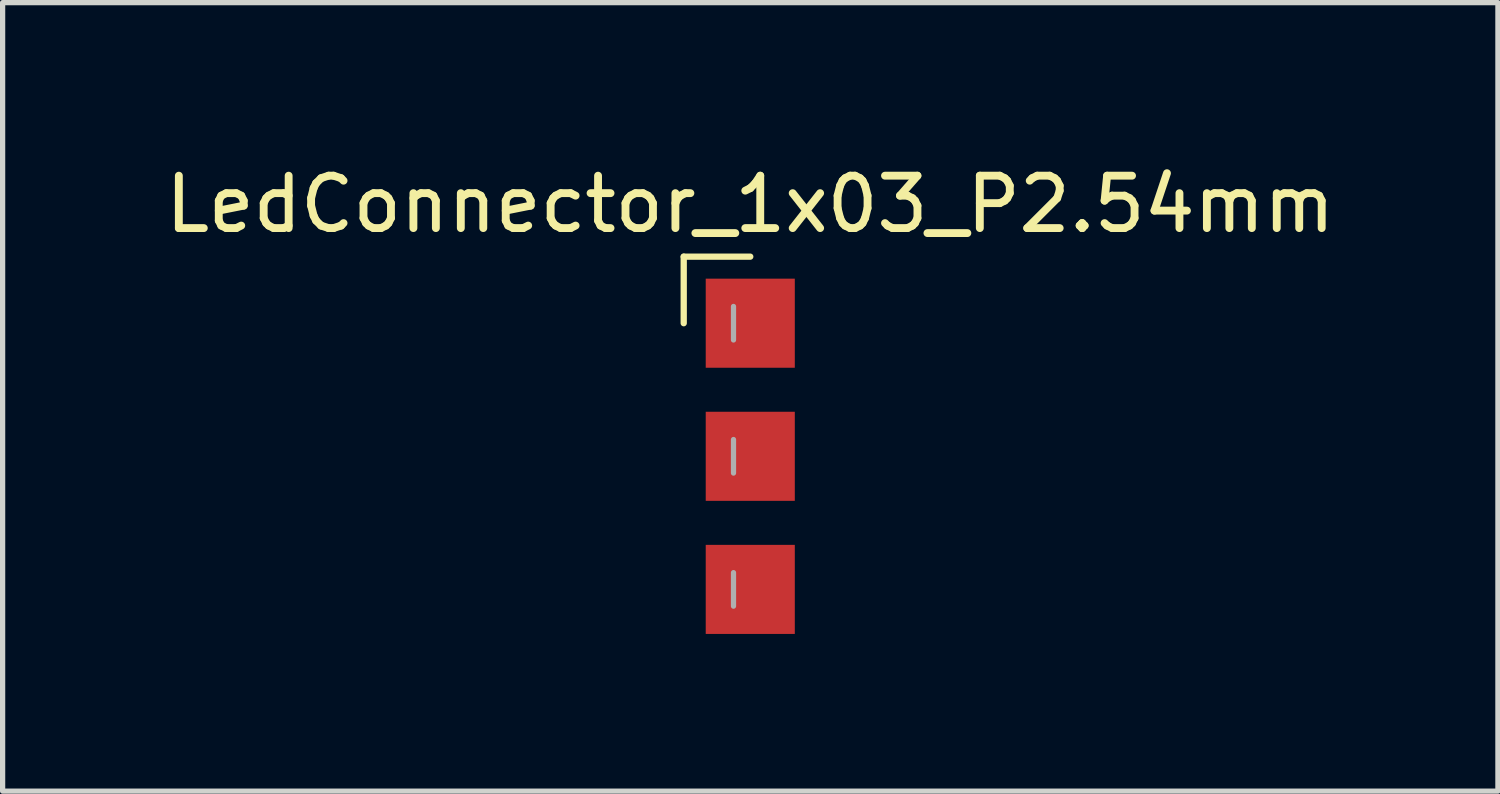
<source format=kicad_pcb>
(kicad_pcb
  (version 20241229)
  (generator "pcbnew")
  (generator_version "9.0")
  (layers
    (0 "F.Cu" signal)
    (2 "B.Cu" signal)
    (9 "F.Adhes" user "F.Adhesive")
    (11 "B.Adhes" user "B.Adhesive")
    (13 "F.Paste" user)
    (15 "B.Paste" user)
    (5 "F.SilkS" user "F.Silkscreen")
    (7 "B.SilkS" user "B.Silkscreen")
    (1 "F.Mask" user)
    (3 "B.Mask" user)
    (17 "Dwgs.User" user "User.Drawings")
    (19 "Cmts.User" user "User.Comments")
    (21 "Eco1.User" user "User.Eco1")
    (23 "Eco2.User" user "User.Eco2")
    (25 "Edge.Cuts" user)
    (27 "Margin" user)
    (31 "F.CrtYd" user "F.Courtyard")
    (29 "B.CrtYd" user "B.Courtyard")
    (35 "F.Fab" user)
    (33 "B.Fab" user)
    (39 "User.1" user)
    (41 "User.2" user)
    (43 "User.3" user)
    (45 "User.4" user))
  (footprint "LedConnector_1x03_P2.54mm"
    (layer "F.Cu")
    (at 11.268 3.118)
    (property "Reference" "LedConnector_1x03_P2.54mm" (at 0 -2.27 180) (layer "F.SilkS") (effects (font (size 1 1) (thickness 0.15))))
    (attr through_hole)
    (fp_line (start -1.27 -1.27) (end 0 -1.27) (stroke (width 0.12) (type solid)) (layer "F.SilkS"))
    (fp_line (start -1.27 0) (end -1.27 -1.27) (stroke (width 0.12) (type solid)) (layer "F.SilkS"))
    (fp_line (start -0.32 -0.32) (end -0.32 0.32) (stroke (width 0.1) (type solid)) (layer "F.Fab"))
    (fp_line (start -0.32 2.22) (end -0.32 2.86) (stroke (width 0.1) (type solid)) (layer "F.Fab"))
    (fp_line (start -0.32 4.76) (end -0.32 5.4) (stroke (width 0.1) (type solid)) (layer "F.Fab"))
    (pad "1" smd rect (at 0 0) (size 1.7 1.7) (layers "F.Cu" "F.Mask" "F.Paste"))
    (pad "2" smd rect (at 0 2.54) (size 1.7 1.7) (layers "F.Cu" "F.Mask" "F.Paste"))
    (pad "3" smd rect (at 0 5.08) (size 1.7 1.7) (layers "F.Cu" "F.Mask" "F.Paste")))
  (gr_rect
    (start -3 -3)
    (end 25.536 12.048)
    (stroke (width 0.1) (type default))
    (fill no)
    (layer "Edge.Cuts")))
</source>
